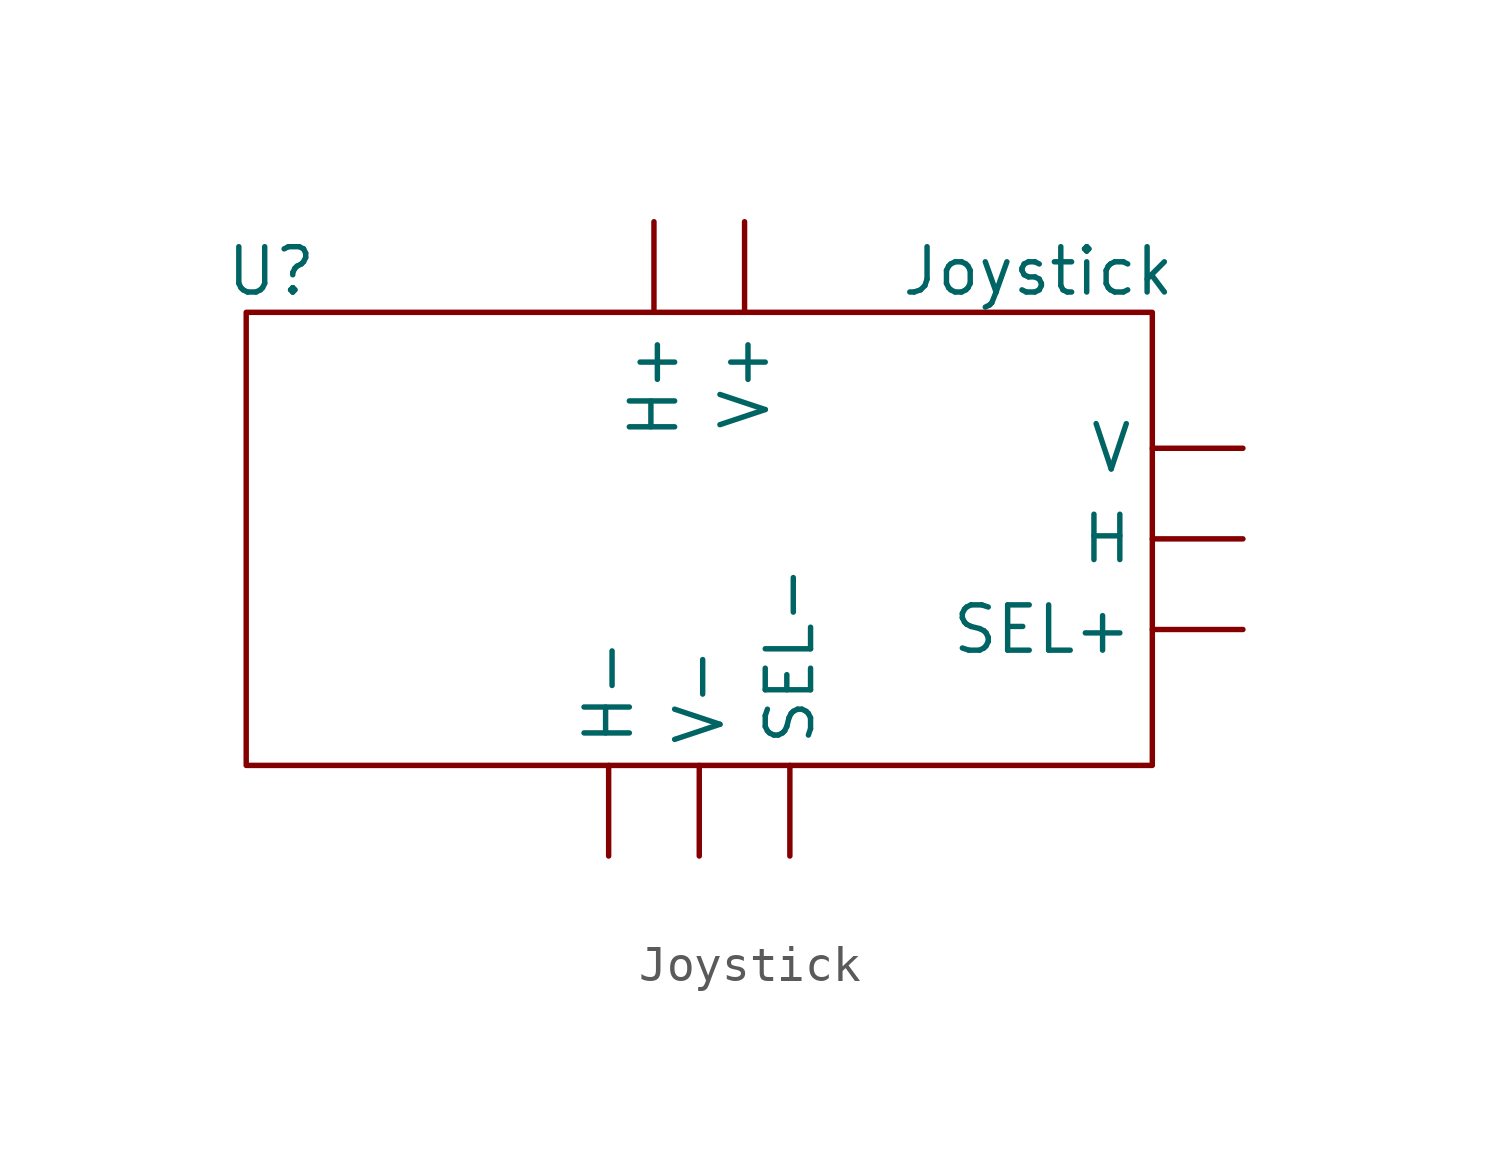
<source format=kicad_sym>
(kicad_symbol_lib
  (version 20241209)
  (generator "kicad_symbol_editor")
  (generator_version "9.0")
  (symbol "Joystick"
    (property "Reference" "U"
      (at -12 7.5 0)
      (effects (font (size 1.27 1.27))))
    (property "Value" "Joystick"
      (at 9.5 7.5 0)
      (effects (font (size 1.27 1.27))))
    (symbol "Joystick_0_1"
      (rectangle (start -12.7 6.35) (end 12.7 -6.35) (stroke (width 0) (type default)) (fill (type none))))
    (symbol "Joystick_1_1"
      (pin power_in line (at -2.54 -8.89 90) (length 2.54) (name "H-" (effects (font (size 1.27 1.27)))) (number "" (effects (font (size 1.27 1.27)))))
      (pin power_in line (at -1.27 8.89 270) (length 2.54) (name "H+" (effects (font (size 1.27 1.27)))) (number "" (effects (font (size 1.27 1.27)))))
      (pin power_in line (at 0 -8.89 90) (length 2.54) (name "V-" (effects (font (size 1.27 1.27)))) (number "" (effects (font (size 1.27 1.27)))))
      (pin power_in line (at 1.27 8.89 270) (length 2.54) (name "V+" (effects (font (size 1.27 1.27)))) (number "" (effects (font (size 1.27 1.27)))))
      (pin power_in line (at 2.54 -8.89 90) (length 2.54) (name "SEL-" (effects (font (size 1.27 1.27)))) (number "" (effects (font (size 1.27 1.27)))))
      (pin output line (at 15.24 2.54 180) (length 2.54) (name "V" (effects (font (size 1.27 1.27)))) (number "" (effects (font (size 1.27 1.27)))))
      (pin output line (at 15.24 0 180) (length 2.54) (name "H" (effects (font (size 1.27 1.27)))) (number "" (effects (font (size 1.27 1.27)))))
      (pin output line (at 15.24 -2.54 180) (length 2.54) (name "SEL+" (effects (font (size 1.27 1.27)))) (number "" (effects (font (size 1.27 1.27))))))))
</source>
